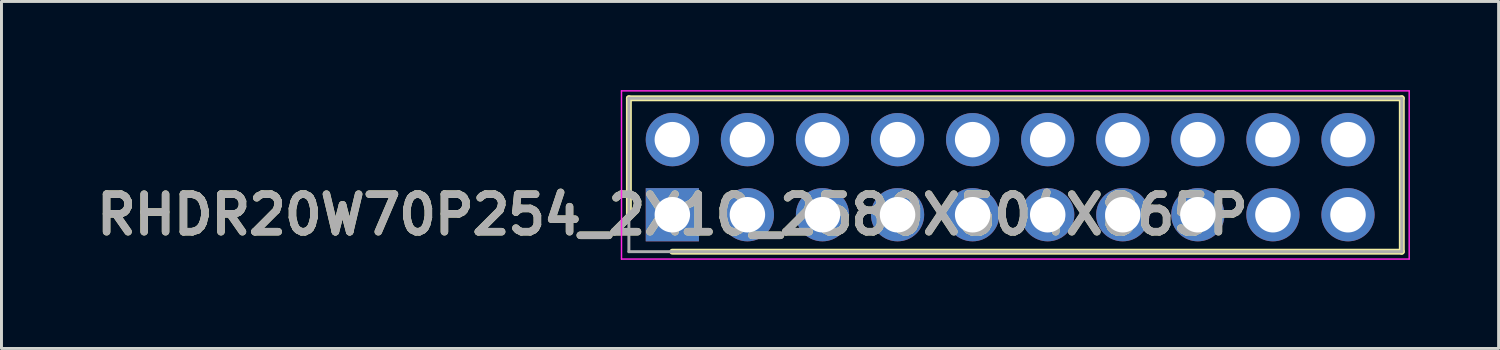
<source format=kicad_pcb>
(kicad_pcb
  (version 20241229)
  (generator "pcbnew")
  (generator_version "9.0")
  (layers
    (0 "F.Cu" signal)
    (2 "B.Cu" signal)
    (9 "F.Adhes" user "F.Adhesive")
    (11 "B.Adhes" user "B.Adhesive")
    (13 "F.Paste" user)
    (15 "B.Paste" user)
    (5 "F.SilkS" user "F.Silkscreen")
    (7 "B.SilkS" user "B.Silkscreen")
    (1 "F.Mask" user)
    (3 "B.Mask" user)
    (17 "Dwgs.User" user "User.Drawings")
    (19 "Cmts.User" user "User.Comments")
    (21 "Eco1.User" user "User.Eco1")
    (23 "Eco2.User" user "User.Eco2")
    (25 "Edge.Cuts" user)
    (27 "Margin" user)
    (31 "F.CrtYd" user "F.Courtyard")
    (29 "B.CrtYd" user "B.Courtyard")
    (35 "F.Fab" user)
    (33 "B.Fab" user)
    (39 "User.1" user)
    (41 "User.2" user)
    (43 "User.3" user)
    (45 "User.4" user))
  (footprint "RHDR20W70P254_2X10_2580X504X865P"
    (layer "F.Cu")
    (at 19.697 4.215)
    (property "Reference" "RHDR20W70P254_2X10_2580X504X865P" (at 0 0 0) (layer "F.SilkS") (effects (font (size 1.27 1.27) (thickness 0.254))))
    (attr through_hole)
    (fp_line (start -1.47 -3.94) (end -1.47 0) (stroke (width 0.2) (type solid)) (layer "F.SilkS"))
    (fp_line (start 0 1.25) (end 24.68 1.25) (stroke (width 0.2) (type solid)) (layer "F.SilkS"))
    (fp_line (start 24.68 -3.94) (end -1.47 -3.94) (stroke (width 0.2) (type solid)) (layer "F.SilkS"))
    (fp_line (start 24.68 1.25) (end 24.68 -3.94) (stroke (width 0.2) (type solid)) (layer "F.SilkS"))
    (fp_line (start -1.72 -4.19) (end 24.93 -4.19) (stroke (width 0.05) (type solid)) (layer "F.CrtYd"))
    (fp_line (start -1.72 1.5) (end -1.72 -4.19) (stroke (width 0.05) (type solid)) (layer "F.CrtYd"))
    (fp_line (start 24.93 -4.19) (end 24.93 1.5) (stroke (width 0.05) (type solid)) (layer "F.CrtYd"))
    (fp_line (start 24.93 1.5) (end -1.72 1.5) (stroke (width 0.05) (type solid)) (layer "F.CrtYd"))
    (fp_line (start -1.47 -3.94) (end 24.68 -3.94) (stroke (width 0.1) (type solid)) (layer "F.Fab"))
    (fp_line (start -1.47 1.25) (end -1.47 -3.94) (stroke (width 0.1) (type solid)) (layer "F.Fab"))
    (fp_line (start 24.68 -3.94) (end 24.68 1.25) (stroke (width 0.1) (type solid)) (layer "F.Fab"))
    (fp_line (start 24.68 1.25) (end -1.47 1.25) (stroke (width 0.1) (type solid)) (layer "F.Fab"))
    (fp_text user "${REFERENCE}" (at 0 0 0) (layer "F.Fab") (effects (font (size 1.27 1.27) (thickness 0.254))))
    (pad "1" thru_hole rect (at 0 0) (size 1.8 1.8) (drill 1.2) (layers "*.Cu" "*.Mask"))
    (pad "2" thru_hole circle (at 0 -2.54) (size 1.8 1.8) (drill 1.2) (layers "*.Cu" "*.Mask"))
    (pad "3" thru_hole circle (at 2.54 0) (size 1.8 1.8) (drill 1.2) (layers "*.Cu" "*.Mask"))
    (pad "4" thru_hole circle (at 2.54 -2.54) (size 1.8 1.8) (drill 1.2) (layers "*.Cu" "*.Mask"))
    (pad "5" thru_hole circle (at 5.08 0) (size 1.8 1.8) (drill 1.2) (layers "*.Cu" "*.Mask"))
    (pad "6" thru_hole circle (at 5.08 -2.54) (size 1.8 1.8) (drill 1.2) (layers "*.Cu" "*.Mask"))
    (pad "7" thru_hole circle (at 7.62 0) (size 1.8 1.8) (drill 1.2) (layers "*.Cu" "*.Mask"))
    (pad "8" thru_hole circle (at 7.62 -2.54) (size 1.8 1.8) (drill 1.2) (layers "*.Cu" "*.Mask"))
    (pad "9" thru_hole circle (at 10.16 0) (size 1.8 1.8) (drill 1.2) (layers "*.Cu" "*.Mask"))
    (pad "10" thru_hole circle (at 10.16 -2.54) (size 1.8 1.8) (drill 1.2) (layers "*.Cu" "*.Mask"))
    (pad "11" thru_hole circle (at 12.7 0) (size 1.8 1.8) (drill 1.2) (layers "*.Cu" "*.Mask"))
    (pad "12" thru_hole circle (at 12.7 -2.54) (size 1.8 1.8) (drill 1.2) (layers "*.Cu" "*.Mask"))
    (pad "13" thru_hole circle (at 15.24 0) (size 1.8 1.8) (drill 1.2) (layers "*.Cu" "*.Mask"))
    (pad "14" thru_hole circle (at 15.24 -2.54) (size 1.8 1.8) (drill 1.2) (layers "*.Cu" "*.Mask"))
    (pad "15" thru_hole circle (at 17.78 0) (size 1.8 1.8) (drill 1.2) (layers "*.Cu" "*.Mask"))
    (pad "16" thru_hole circle (at 17.78 -2.54) (size 1.8 1.8) (drill 1.2) (layers "*.Cu" "*.Mask"))
    (pad "17" thru_hole circle (at 20.32 0) (size 1.8 1.8) (drill 1.2) (layers "*.Cu" "*.Mask"))
    (pad "18" thru_hole circle (at 20.32 -2.54) (size 1.8 1.8) (drill 1.2) (layers "*.Cu" "*.Mask"))
    (pad "19" thru_hole circle (at 22.86 0) (size 1.8 1.8) (drill 1.2) (layers "*.Cu" "*.Mask"))
    (pad "20" thru_hole circle (at 22.86 -2.54) (size 1.8 1.8) (drill 1.2) (layers "*.Cu" "*.Mask")))
  (gr_rect
    (start -3 -3)
    (end 47.652 8.74)
    (stroke (width 0.1) (type default))
    (fill no)
    (layer "Edge.Cuts")))
</source>
